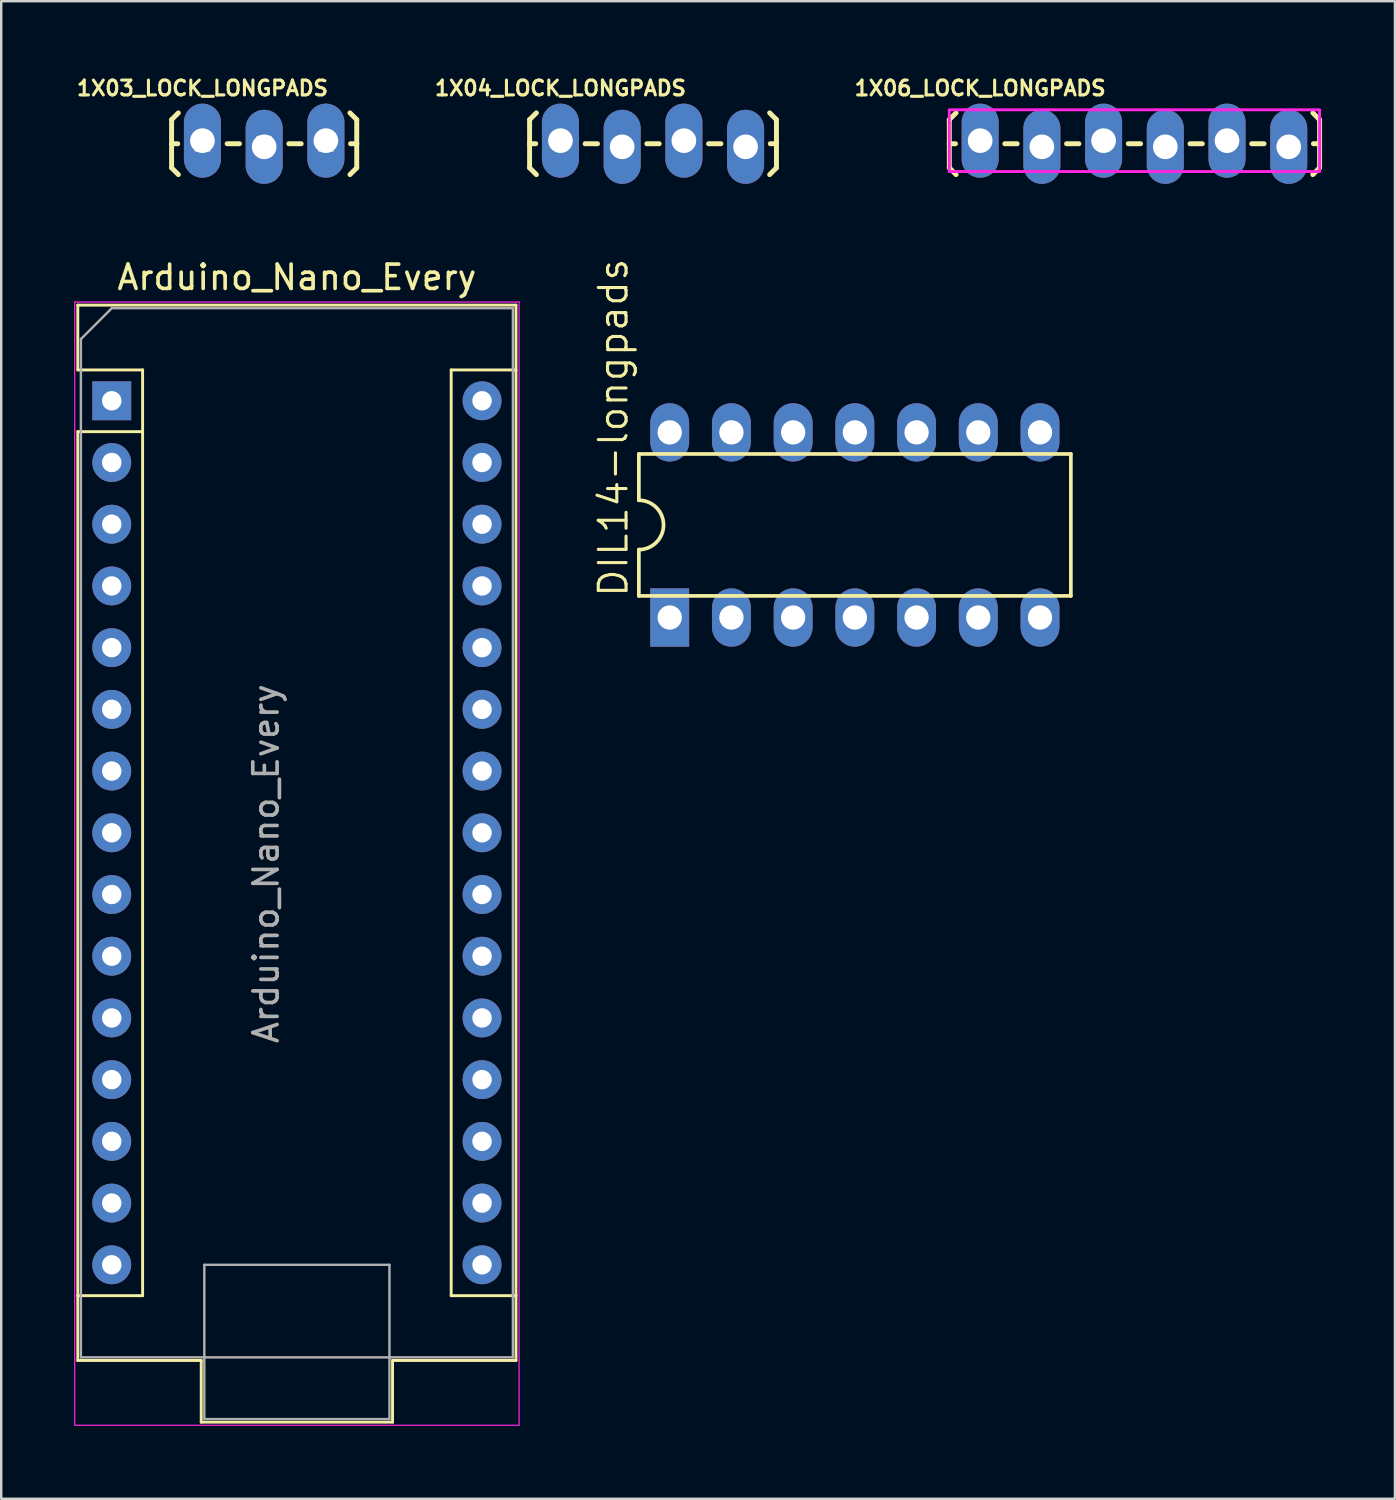
<source format=kicad_pcb>
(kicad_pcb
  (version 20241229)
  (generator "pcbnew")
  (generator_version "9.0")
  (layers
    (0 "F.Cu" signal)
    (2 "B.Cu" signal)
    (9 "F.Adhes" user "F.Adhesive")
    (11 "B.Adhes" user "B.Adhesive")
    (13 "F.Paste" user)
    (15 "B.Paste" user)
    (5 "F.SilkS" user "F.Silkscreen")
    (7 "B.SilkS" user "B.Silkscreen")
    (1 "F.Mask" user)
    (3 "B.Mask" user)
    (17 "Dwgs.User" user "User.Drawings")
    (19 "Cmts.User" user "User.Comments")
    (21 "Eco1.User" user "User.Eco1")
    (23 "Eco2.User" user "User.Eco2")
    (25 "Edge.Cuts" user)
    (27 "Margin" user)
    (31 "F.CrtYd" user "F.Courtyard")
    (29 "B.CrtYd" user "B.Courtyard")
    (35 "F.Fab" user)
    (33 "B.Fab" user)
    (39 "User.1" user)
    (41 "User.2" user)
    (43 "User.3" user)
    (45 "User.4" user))
  (footprint "1X04_LOCK_LONGPADS"
    (layer "F.Cu")
    (at 20.016 2.739)
    (property "Reference" "1X04_LOCK_LONGPADS" (at 0 -2.159 0) (layer "F.SilkS") (effects (font (size 0.61 0.61) (thickness 0.127))))
    (attr exclude_from_pos_files exclude_from_bom)
    (fp_line (start -1.27 -0.864) (end -0.991 -1.143) (stroke (width 0.203) (type solid)) (layer "F.SilkS"))
    (fp_line (start -1.27 0.127) (end -1.27 -0.864) (stroke (width 0.203) (type solid)) (layer "F.SilkS"))
    (fp_line (start -1.27 0.127) (end -1.27 1.118) (stroke (width 0.203) (type solid)) (layer "F.SilkS"))
    (fp_line (start -1.27 0.127) (end -1.016 0.127) (stroke (width 0.203) (type solid)) (layer "F.SilkS"))
    (fp_line (start -1.27 1.118) (end -0.991 1.397) (stroke (width 0.203) (type solid)) (layer "F.SilkS"))
    (fp_line (start 1.524 0.127) (end 1.016 0.127) (stroke (width 0.203) (type solid)) (layer "F.SilkS"))
    (fp_line (start 4.064 0.127) (end 3.556 0.127) (stroke (width 0.203) (type solid)) (layer "F.SilkS"))
    (fp_line (start 6.604 0.127) (end 6.096 0.127) (stroke (width 0.203) (type solid)) (layer "F.SilkS"))
    (fp_line (start 8.89 -0.864) (end 8.611 -1.143) (stroke (width 0.203) (type solid)) (layer "F.SilkS"))
    (fp_line (start 8.89 0.127) (end 8.636 0.127) (stroke (width 0.203) (type solid)) (layer "F.SilkS"))
    (fp_line (start 8.89 0.127) (end 8.89 -0.864) (stroke (width 0.203) (type solid)) (layer "F.SilkS"))
    (fp_line (start 8.89 0.127) (end 8.89 1.118) (stroke (width 0.203) (type solid)) (layer "F.SilkS"))
    (fp_line (start 8.89 1.118) (end 8.611 1.397) (stroke (width 0.203) (type solid)) (layer "F.SilkS"))
    (pad "1" thru_hole oval (at 0 0 180) (size 1.524 3.048) (drill 1.016) (layers "*.Cu" "*.Mask"))
    (pad "2" thru_hole oval (at 2.54 0.254 180) (size 1.524 3.048) (drill 1.016) (layers "*.Cu" "*.Mask"))
    (pad "3" thru_hole oval (at 5.08 0 180) (size 1.524 3.048) (drill 1.016) (layers "*.Cu" "*.Mask"))
    (pad "4" thru_hole oval (at 7.62 0.254 180) (size 1.524 3.048) (drill 1.016) (layers "*.Cu" "*.Mask")))
  (footprint "DIL14-longpads"
    (layer "F.Cu")
    (at 32.133 18.555)
    (property "Reference" "DIL14-longpads" (at -9.271 3.048 90) (layer "F.SilkS") (effects (font (size 1.143 1.143) (thickness 0.127)) (justify left bottom)))
    (fp_line (start -8.89 -2.921) (end -8.89 -1.016) (stroke (width 0.152) (type solid)) (layer "F.SilkS"))
    (fp_line (start -8.89 2.921) (end -8.89 1.016) (stroke (width 0.152) (type solid)) (layer "F.SilkS"))
    (fp_line (start -8.89 2.921) (end 8.89 2.921) (stroke (width 0.152) (type solid)) (layer "F.SilkS"))
    (fp_line (start 8.89 -2.921) (end -8.89 -2.921) (stroke (width 0.152) (type solid)) (layer "F.SilkS"))
    (fp_line (start 8.89 -2.921) (end 8.89 2.921) (stroke (width 0.152) (type solid)) (layer "F.SilkS"))
    (fp_arc (start -8.89 -1.016) (mid -7.874 0) (end -8.89 1.016) (stroke (width 0.1524) (type solid)) (layer "F.SilkS"))
    (pad "1" thru_hole rect (at -7.62 3.81 90) (size 2.4 1.6) (drill 1) (layers "*.Cu" "*.Mask"))
    (pad "2" thru_hole oval (at -5.08 3.81 90) (size 2.4 1.6) (drill 1) (layers "*.Cu" "*.Mask"))
    (pad "3" thru_hole oval (at -2.54 3.81 90) (size 2.4 1.6) (drill 1) (layers "*.Cu" "*.Mask"))
    (pad "4" thru_hole oval (at 0 3.81 90) (size 2.4 1.6) (drill 1) (layers "*.Cu" "*.Mask"))
    (pad "5" thru_hole oval (at 2.54 3.81 90) (size 2.4 1.6) (drill 1) (layers "*.Cu" "*.Mask"))
    (pad "6" thru_hole oval (at 5.08 3.81 90) (size 2.4 1.6) (drill 1) (layers "*.Cu" "*.Mask"))
    (pad "7" thru_hole oval (at 7.62 3.81 90) (size 2.4 1.6) (drill 1) (layers "*.Cu" "*.Mask"))
    (pad "8" thru_hole oval (at 7.62 -3.81 90) (size 2.4 1.6) (drill 1) (layers "*.Cu" "*.Mask"))
    (pad "9" thru_hole oval (at 5.08 -3.81 90) (size 2.4 1.6) (drill 1) (layers "*.Cu" "*.Mask"))
    (pad "10" thru_hole oval (at 2.54 -3.81 90) (size 2.4 1.6) (drill 1) (layers "*.Cu" "*.Mask"))
    (pad "11" thru_hole oval (at 0 -3.81 90) (size 2.4 1.6) (drill 1) (layers "*.Cu" "*.Mask"))
    (pad "12" thru_hole oval (at -2.54 -3.81 90) (size 2.4 1.6) (drill 1) (layers "*.Cu" "*.Mask"))
    (pad "13" thru_hole oval (at -5.08 -3.81 90) (size 2.4 1.6) (drill 1) (layers "*.Cu" "*.Mask"))
    (pad "14" thru_hole oval (at -7.62 -3.81 90) (size 2.4 1.6) (drill 1) (layers "*.Cu" "*.Mask")))
  (footprint "Arduino_Nano_Every"
    (layer "F.Cu")
    (at 1.549 13.445)
    (property "Reference" "Arduino_Nano_Every" (at 7.62 -5.08 0) (layer "F.SilkS") (effects (font (size 1 1) (thickness 0.15))))
    (attr through_hole)
    (fp_line (start -1.397 -3.937) (end -1.397 -1.27) (stroke (width 0.12) (type solid)) (layer "F.SilkS"))
    (fp_line (start -1.397 1.27) (end -1.397 39.497) (stroke (width 0.12) (type solid)) (layer "F.SilkS"))
    (fp_line (start -1.397 39.497) (end 3.683 39.497) (stroke (width 0.12) (type solid)) (layer "F.SilkS"))
    (fp_line (start 1.27 -1.27) (end -1.397 -1.27) (stroke (width 0.12) (type solid)) (layer "F.SilkS"))
    (fp_line (start 1.27 1.27) (end -1.397 1.27) (stroke (width 0.12) (type solid)) (layer "F.SilkS"))
    (fp_line (start 1.27 1.27) (end 1.27 -1.27) (stroke (width 0.12) (type solid)) (layer "F.SilkS"))
    (fp_line (start 1.27 1.27) (end 1.27 36.83) (stroke (width 0.12) (type solid)) (layer "F.SilkS"))
    (fp_line (start 1.27 36.83) (end -1.4 36.83) (stroke (width 0.12) (type solid)) (layer "F.SilkS"))
    (fp_line (start 3.683 42.037) (end 3.683 39.497) (stroke (width 0.12) (type solid)) (layer "F.SilkS"))
    (fp_line (start 3.683 42.037) (end 11.557 42.037) (stroke (width 0.12) (type solid)) (layer "F.SilkS"))
    (fp_line (start 11.557 39.497) (end 16.637 39.497) (stroke (width 0.12) (type solid)) (layer "F.SilkS"))
    (fp_line (start 11.557 42.037) (end 11.557 39.497) (stroke (width 0.12) (type solid)) (layer "F.SilkS"))
    (fp_line (start 13.97 -1.27) (end 13.97 36.83) (stroke (width 0.12) (type solid)) (layer "F.SilkS"))
    (fp_line (start 13.97 -1.27) (end 16.64 -1.27) (stroke (width 0.12) (type solid)) (layer "F.SilkS"))
    (fp_line (start 13.97 36.83) (end 16.64 36.83) (stroke (width 0.12) (type solid)) (layer "F.SilkS"))
    (fp_line (start 16.637 -3.937) (end -1.397 -3.937) (stroke (width 0.12) (type solid)) (layer "F.SilkS"))
    (fp_line (start 16.637 39.497) (end 16.637 -3.937) (stroke (width 0.12) (type solid)) (layer "F.SilkS"))
    (fp_line (start -1.524 -4.064) (end -1.524 42.164) (stroke (width 0.05) (type solid)) (layer "F.CrtYd"))
    (fp_line (start -1.524 -4.064) (end 16.764 -4.064) (stroke (width 0.05) (type solid)) (layer "F.CrtYd"))
    (fp_line (start 16.764 42.164) (end -1.524 42.164) (stroke (width 0.05) (type solid)) (layer "F.CrtYd"))
    (fp_line (start 16.764 42.164) (end 16.764 -4.064) (stroke (width 0.05) (type solid)) (layer "F.CrtYd"))
    (fp_line (start -1.27 -2.54) (end 0 -3.81) (stroke (width 0.1) (type solid)) (layer "F.Fab"))
    (fp_line (start -1.27 39.37) (end -1.27 -2.54) (stroke (width 0.1) (type solid)) (layer "F.Fab"))
    (fp_line (start 0 -3.81) (end 16.51 -3.81) (stroke (width 0.1) (type solid)) (layer "F.Fab"))
    (fp_line (start 3.81 35.56) (end 11.43 35.56) (stroke (width 0.1) (type solid)) (layer "F.Fab"))
    (fp_line (start 3.81 41.91) (end 3.81 35.56) (stroke (width 0.1) (type solid)) (layer "F.Fab"))
    (fp_line (start 11.43 35.56) (end 11.43 41.91) (stroke (width 0.1) (type solid)) (layer "F.Fab"))
    (fp_line (start 11.43 41.91) (end 3.81 41.91) (stroke (width 0.1) (type solid)) (layer "F.Fab"))
    (fp_line (start 16.51 -3.81) (end 16.51 39.37) (stroke (width 0.1) (type solid)) (layer "F.Fab"))
    (fp_line (start 16.51 39.37) (end -1.27 39.37) (stroke (width 0.1) (type solid)) (layer "F.Fab"))
    (fp_text user "${REFERENCE}" (at 6.35 19.05 90) (layer "F.Fab") (effects (font (size 1 1) (thickness 0.15))))
    (pad "1" thru_hole rect (at 0 0) (size 1.6 1.6) (drill 0.8) (layers "*.Cu" "*.Mask"))
    (pad "2" thru_hole oval (at 0 2.54) (size 1.6 1.6) (drill 0.8) (layers "*.Cu" "*.Mask"))
    (pad "3" thru_hole oval (at 0 5.08) (size 1.6 1.6) (drill 0.8) (layers "*.Cu" "*.Mask"))
    (pad "4" thru_hole oval (at 0 7.62) (size 1.6 1.6) (drill 0.8) (layers "*.Cu" "*.Mask"))
    (pad "5" thru_hole oval (at 0 10.16) (size 1.6 1.6) (drill 0.8) (layers "*.Cu" "*.Mask"))
    (pad "6" thru_hole oval (at 0 12.7) (size 1.6 1.6) (drill 0.8) (layers "*.Cu" "*.Mask"))
    (pad "7" thru_hole oval (at 0 15.24) (size 1.6 1.6) (drill 0.8) (layers "*.Cu" "*.Mask"))
    (pad "8" thru_hole oval (at 0 17.78) (size 1.6 1.6) (drill 0.8) (layers "*.Cu" "*.Mask"))
    (pad "9" thru_hole oval (at 0 20.32) (size 1.6 1.6) (drill 0.8) (layers "*.Cu" "*.Mask"))
    (pad "10" thru_hole oval (at 0 22.86) (size 1.6 1.6) (drill 0.8) (layers "*.Cu" "*.Mask"))
    (pad "11" thru_hole oval (at 0 25.4) (size 1.6 1.6) (drill 0.8) (layers "*.Cu" "*.Mask"))
    (pad "12" thru_hole oval (at 0 27.94) (size 1.6 1.6) (drill 0.8) (layers "*.Cu" "*.Mask"))
    (pad "13" thru_hole oval (at 0 30.48) (size 1.6 1.6) (drill 0.8) (layers "*.Cu" "*.Mask"))
    (pad "14" thru_hole oval (at 0 33.02) (size 1.6 1.6) (drill 0.8) (layers "*.Cu" "*.Mask"))
    (pad "15" thru_hole oval (at 0 35.56) (size 1.6 1.6) (drill 0.8) (layers "*.Cu" "*.Mask"))
    (pad "16" thru_hole oval (at 15.24 35.56) (size 1.6 1.6) (drill 0.8) (layers "*.Cu" "*.Mask"))
    (pad "17" thru_hole oval (at 15.24 33.02) (size 1.6 1.6) (drill 0.8) (layers "*.Cu" "*.Mask"))
    (pad "18" thru_hole oval (at 15.24 30.48) (size 1.6 1.6) (drill 0.8) (layers "*.Cu" "*.Mask"))
    (pad "19" thru_hole oval (at 15.24 27.94) (size 1.6 1.6) (drill 0.8) (layers "*.Cu" "*.Mask"))
    (pad "20" thru_hole oval (at 15.24 25.4) (size 1.6 1.6) (drill 0.8) (layers "*.Cu" "*.Mask"))
    (pad "21" thru_hole oval (at 15.24 22.86) (size 1.6 1.6) (drill 0.8) (layers "*.Cu" "*.Mask"))
    (pad "22" thru_hole oval (at 15.24 20.32) (size 1.6 1.6) (drill 0.8) (layers "*.Cu" "*.Mask"))
    (pad "23" thru_hole oval (at 15.24 17.78) (size 1.6 1.6) (drill 0.8) (layers "*.Cu" "*.Mask"))
    (pad "24" thru_hole oval (at 15.24 15.24) (size 1.6 1.6) (drill 0.8) (layers "*.Cu" "*.Mask"))
    (pad "25" thru_hole oval (at 15.24 12.7) (size 1.6 1.6) (drill 0.8) (layers "*.Cu" "*.Mask"))
    (pad "26" thru_hole oval (at 15.24 10.16) (size 1.6 1.6) (drill 0.8) (layers "*.Cu" "*.Mask"))
    (pad "27" thru_hole oval (at 15.24 7.62) (size 1.6 1.6) (drill 0.8) (layers "*.Cu" "*.Mask"))
    (pad "28" thru_hole oval (at 15.24 5.08) (size 1.6 1.6) (drill 0.8) (layers "*.Cu" "*.Mask"))
    (pad "29" thru_hole oval (at 15.24 2.54) (size 1.6 1.6) (drill 0.8) (layers "*.Cu" "*.Mask"))
    (pad "30" thru_hole oval (at 15.24 0) (size 1.6 1.6) (drill 0.8) (layers "*.Cu" "*.Mask")))
  (footprint "1X03_LOCK_LONGPADS"
    (layer "F.Cu")
    (at 5.282 2.739)
    (property "Reference" "1X03_LOCK_LONGPADS" (at 0 -2.159 0) (layer "F.SilkS") (effects (font (size 0.61 0.61) (thickness 0.127))))
    (attr exclude_from_pos_files exclude_from_bom)
    (fp_line (start -1.27 -0.864) (end -0.991 -1.143) (stroke (width 0.203) (type solid)) (layer "F.SilkS"))
    (fp_line (start -1.27 0.127) (end -1.27 -0.864) (stroke (width 0.203) (type solid)) (layer "F.SilkS"))
    (fp_line (start -1.27 0.127) (end -1.27 1.118) (stroke (width 0.203) (type solid)) (layer "F.SilkS"))
    (fp_line (start -1.27 0.127) (end -1.016 0.127) (stroke (width 0.203) (type solid)) (layer "F.SilkS"))
    (fp_line (start -1.27 1.118) (end -0.991 1.397) (stroke (width 0.203) (type solid)) (layer "F.SilkS"))
    (fp_line (start 1.524 0.127) (end 1.016 0.127) (stroke (width 0.203) (type solid)) (layer "F.SilkS"))
    (fp_line (start 4.064 0.127) (end 3.556 0.127) (stroke (width 0.203) (type solid)) (layer "F.SilkS"))
    (fp_line (start 6.35 -0.864) (end 6.071 -1.143) (stroke (width 0.203) (type solid)) (layer "F.SilkS"))
    (fp_line (start 6.35 0.127) (end 6.096 0.127) (stroke (width 0.203) (type solid)) (layer "F.SilkS"))
    (fp_line (start 6.35 0.127) (end 6.35 -0.864) (stroke (width 0.203) (type solid)) (layer "F.SilkS"))
    (fp_line (start 6.35 0.127) (end 6.35 1.118) (stroke (width 0.203) (type solid)) (layer "F.SilkS"))
    (fp_line (start 6.35 1.118) (end 6.071 1.397) (stroke (width 0.203) (type solid)) (layer "F.SilkS"))
    (fp_line (start -0.292 -0.165) (end 0.292 -0.165) (stroke (width 0.066) (type solid)) (layer "Dwgs.User"))
    (fp_line (start -0.292 0.419) (end -0.292 -0.165) (stroke (width 0.066) (type solid)) (layer "Dwgs.User"))
    (fp_line (start -0.292 0.419) (end 0.292 0.419) (stroke (width 0.066) (type solid)) (layer "Dwgs.User"))
    (fp_line (start 0.292 0.419) (end 0.292 -0.165) (stroke (width 0.066) (type solid)) (layer "Dwgs.User"))
    (fp_line (start 2.248 -0.165) (end 2.832 -0.165) (stroke (width 0.066) (type solid)) (layer "Dwgs.User"))
    (fp_line (start 2.248 0.419) (end 2.248 -0.165) (stroke (width 0.066) (type solid)) (layer "Dwgs.User"))
    (fp_line (start 2.248 0.419) (end 2.832 0.419) (stroke (width 0.066) (type solid)) (layer "Dwgs.User"))
    (fp_line (start 2.832 0.419) (end 2.832 -0.165) (stroke (width 0.066) (type solid)) (layer "Dwgs.User"))
    (fp_line (start 4.788 -0.165) (end 5.372 -0.165) (stroke (width 0.066) (type solid)) (layer "Dwgs.User"))
    (fp_line (start 4.788 0.419) (end 4.788 -0.165) (stroke (width 0.066) (type solid)) (layer "Dwgs.User"))
    (fp_line (start 4.788 0.419) (end 5.372 0.419) (stroke (width 0.066) (type solid)) (layer "Dwgs.User"))
    (fp_line (start 5.372 0.419) (end 5.372 -0.165) (stroke (width 0.066) (type solid)) (layer "Dwgs.User"))
    (pad "1" thru_hole oval (at 0 0 180) (size 1.524 3.048) (drill 1.016) (layers "*.Cu" "*.Mask"))
    (pad "2" thru_hole oval (at 2.54 0.254 180) (size 1.524 3.048) (drill 1.016) (layers "*.Cu" "*.Mask"))
    (pad "3" thru_hole oval (at 5.08 0 180) (size 1.524 3.048) (drill 1.016) (layers "*.Cu" "*.Mask")))
  (footprint "1X06_LOCK_LONGPADS"
    (layer "F.Cu")
    (at 37.29 2.739)
    (property "Reference" "1X06_LOCK_LONGPADS" (at 0 -2.159 0) (layer "F.SilkS") (effects (font (size 0.61 0.61) (thickness 0.127))))
    (attr exclude_from_pos_files exclude_from_bom)
    (fp_line (start -1.27 -0.864) (end -0.991 -1.143) (stroke (width 0.203) (type solid)) (layer "F.SilkS"))
    (fp_line (start -1.27 0.127) (end -1.27 -0.864) (stroke (width 0.203) (type solid)) (layer "F.SilkS"))
    (fp_line (start -1.27 0.127) (end -1.27 1.118) (stroke (width 0.203) (type solid)) (layer "F.SilkS"))
    (fp_line (start -1.27 0.127) (end -1.016 0.127) (stroke (width 0.203) (type solid)) (layer "F.SilkS"))
    (fp_line (start -1.27 1.118) (end -0.991 1.397) (stroke (width 0.203) (type solid)) (layer "F.SilkS"))
    (fp_line (start 1.524 0.127) (end 1.016 0.127) (stroke (width 0.203) (type solid)) (layer "F.SilkS"))
    (fp_line (start 4.064 0.127) (end 3.556 0.127) (stroke (width 0.203) (type solid)) (layer "F.SilkS"))
    (fp_line (start 6.604 0.127) (end 6.096 0.127) (stroke (width 0.203) (type solid)) (layer "F.SilkS"))
    (fp_line (start 9.144 0.127) (end 8.636 0.127) (stroke (width 0.203) (type solid)) (layer "F.SilkS"))
    (fp_line (start 11.684 0.127) (end 11.176 0.127) (stroke (width 0.203) (type solid)) (layer "F.SilkS"))
    (fp_line (start 13.97 -0.864) (end 13.691 -1.143) (stroke (width 0.203) (type solid)) (layer "F.SilkS"))
    (fp_line (start 13.97 0.127) (end 13.716 0.127) (stroke (width 0.203) (type solid)) (layer "F.SilkS"))
    (fp_line (start 13.97 0.127) (end 13.97 -0.864) (stroke (width 0.203) (type solid)) (layer "F.SilkS"))
    (fp_line (start 13.97 0.127) (end 13.97 1.118) (stroke (width 0.203) (type solid)) (layer "F.SilkS"))
    (fp_line (start 13.97 1.118) (end 13.691 1.397) (stroke (width 0.203) (type solid)) (layer "F.SilkS"))
    (fp_rect (start -1.27 -1.27) (end 13.97 1.27) (stroke (width 0.12) (type solid)) (fill no) (layer "F.CrtYd"))
    (pad "1" thru_hole oval (at 0 0 180) (size 1.524 3.048) (drill 1.016) (layers "*.Cu" "*.Mask"))
    (pad "2" thru_hole oval (at 2.54 0.254 180) (size 1.524 3.048) (drill 1.016) (layers "*.Cu" "*.Mask"))
    (pad "3" thru_hole oval (at 5.08 0 180) (size 1.524 3.048) (drill 1.016) (layers "*.Cu" "*.Mask"))
    (pad "4" thru_hole oval (at 7.62 0.254 180) (size 1.524 3.048) (drill 1.016) (layers "*.Cu" "*.Mask"))
    (pad "5" thru_hole oval (at 10.16 0 180) (size 1.524 3.048) (drill 1.016) (layers "*.Cu" "*.Mask"))
    (pad "6" thru_hole oval (at 12.7 0.254 180) (size 1.524 3.048) (drill 1.016) (layers "*.Cu" "*.Mask")))
  (gr_rect
    (start -3 -3)
    (end 54.361 58.634)
    (stroke (width 0.1) (type default))
    (fill no)
    (layer "Edge.Cuts")))
</source>
